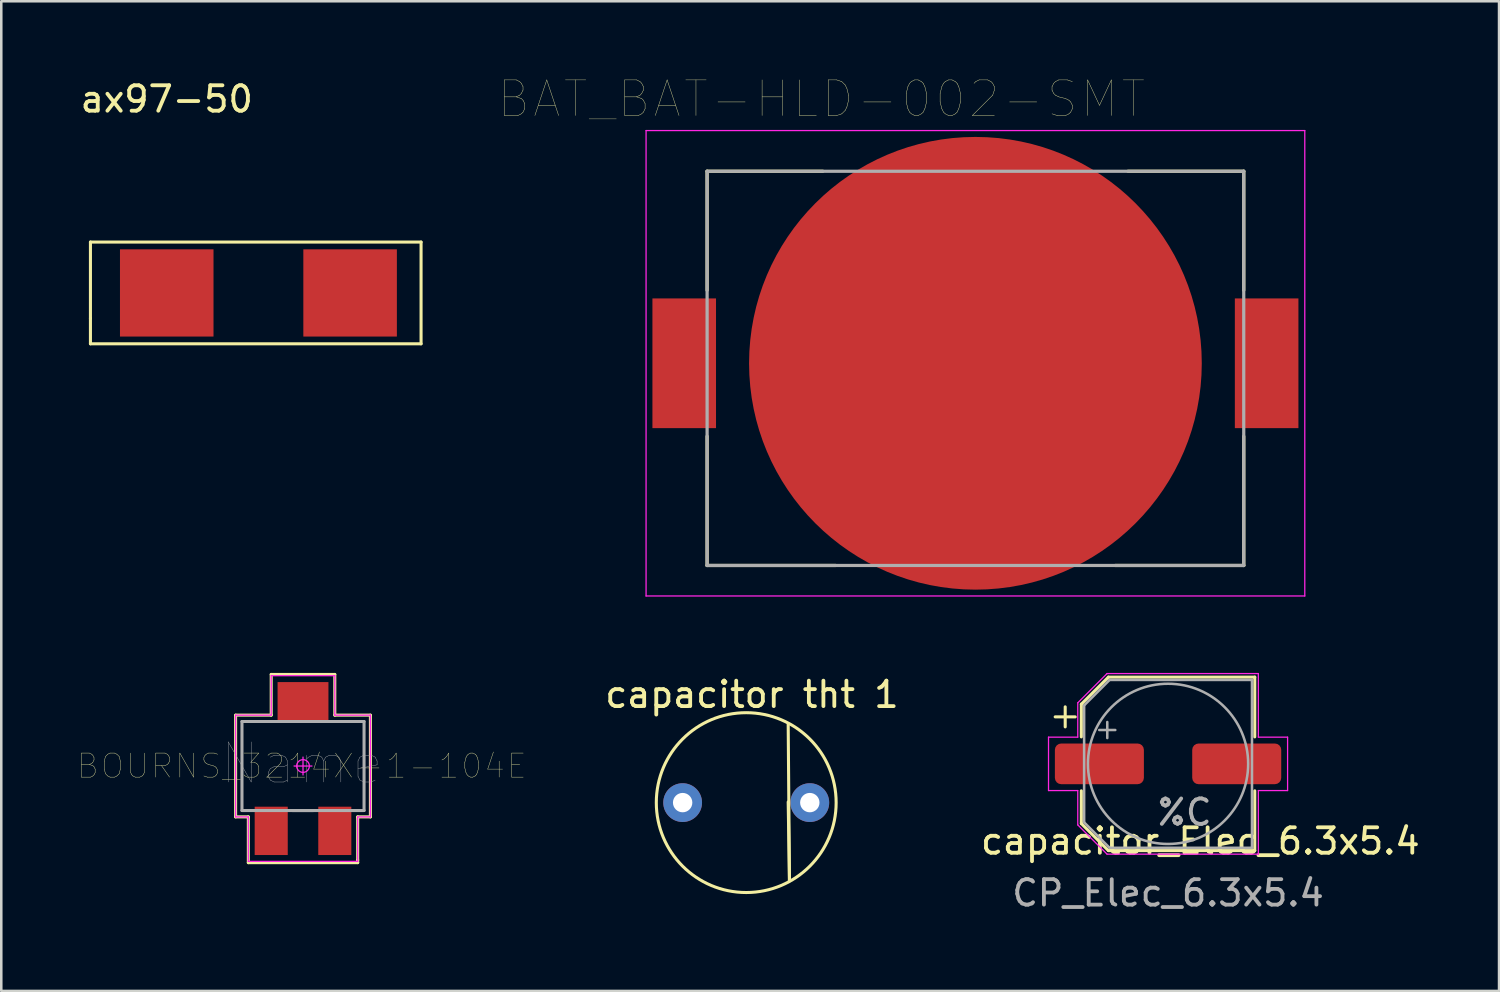
<source format=kicad_pcb>
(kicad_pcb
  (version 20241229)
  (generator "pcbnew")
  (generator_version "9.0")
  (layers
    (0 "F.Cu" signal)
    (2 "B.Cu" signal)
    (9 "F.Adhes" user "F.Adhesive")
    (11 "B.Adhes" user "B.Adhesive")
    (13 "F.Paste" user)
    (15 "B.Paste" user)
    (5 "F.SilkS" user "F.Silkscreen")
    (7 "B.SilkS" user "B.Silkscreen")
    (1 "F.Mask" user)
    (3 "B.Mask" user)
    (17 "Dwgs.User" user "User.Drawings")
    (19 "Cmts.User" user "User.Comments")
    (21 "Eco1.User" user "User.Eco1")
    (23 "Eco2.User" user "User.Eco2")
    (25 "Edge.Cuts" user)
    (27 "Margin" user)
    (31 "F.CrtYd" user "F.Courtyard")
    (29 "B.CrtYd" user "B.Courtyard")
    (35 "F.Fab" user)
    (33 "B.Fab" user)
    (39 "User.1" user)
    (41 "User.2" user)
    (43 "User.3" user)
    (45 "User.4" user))
  (footprint "capacitor_Elec_6.3x5.4"
    (layer "F.Cu")
    (at 42.877 26.984)
    (property "Reference" "capacitor_Elec_6.3x5.4" (at 1.27 3.04 0) (layer "F.SilkS") (effects (font (size 1 1) (thickness 0.15))))
    (attr through_hole)
    (fp_line (start -4.438 -1.847) (end -3.65 -1.847) (stroke (width 0.12) (type solid)) (layer "F.SilkS"))
    (fp_line (start -4.044 -2.241) (end -4.044 -1.454) (stroke (width 0.12) (type solid)) (layer "F.SilkS"))
    (fp_line (start -3.41 -2.346) (end -3.41 -1.06) (stroke (width 0.12) (type solid)) (layer "F.SilkS"))
    (fp_line (start -3.41 -2.346) (end -2.346 -3.41) (stroke (width 0.12) (type solid)) (layer "F.SilkS"))
    (fp_line (start -3.41 2.346) (end -3.41 1.06) (stroke (width 0.12) (type solid)) (layer "F.SilkS"))
    (fp_line (start -3.41 2.346) (end -2.346 3.41) (stroke (width 0.12) (type solid)) (layer "F.SilkS"))
    (fp_line (start -2.346 -3.41) (end 3.41 -3.41) (stroke (width 0.12) (type solid)) (layer "F.SilkS"))
    (fp_line (start -2.346 3.41) (end 3.41 3.41) (stroke (width 0.12) (type solid)) (layer "F.SilkS"))
    (fp_line (start 3.41 -3.41) (end 3.41 -1.06) (stroke (width 0.12) (type solid)) (layer "F.SilkS"))
    (fp_line (start 3.41 3.41) (end 3.41 1.06) (stroke (width 0.12) (type solid)) (layer "F.SilkS"))
    (fp_line (start -4.7 -1.05) (end -4.7 1.05) (stroke (width 0.05) (type solid)) (layer "F.CrtYd"))
    (fp_line (start -4.7 1.05) (end -3.55 1.05) (stroke (width 0.05) (type solid)) (layer "F.CrtYd"))
    (fp_line (start -3.55 -2.4) (end -3.55 -1.05) (stroke (width 0.05) (type solid)) (layer "F.CrtYd"))
    (fp_line (start -3.55 -2.4) (end -2.4 -3.55) (stroke (width 0.05) (type solid)) (layer "F.CrtYd"))
    (fp_line (start -3.55 -1.05) (end -4.7 -1.05) (stroke (width 0.05) (type solid)) (layer "F.CrtYd"))
    (fp_line (start -3.55 1.05) (end -3.55 2.4) (stroke (width 0.05) (type solid)) (layer "F.CrtYd"))
    (fp_line (start -3.55 2.4) (end -2.4 3.55) (stroke (width 0.05) (type solid)) (layer "F.CrtYd"))
    (fp_line (start -2.4 -3.55) (end 3.55 -3.55) (stroke (width 0.05) (type solid)) (layer "F.CrtYd"))
    (fp_line (start -2.4 3.55) (end 3.55 3.55) (stroke (width 0.05) (type solid)) (layer "F.CrtYd"))
    (fp_line (start 3.55 -3.55) (end 3.55 -1.05) (stroke (width 0.05) (type solid)) (layer "F.CrtYd"))
    (fp_line (start 3.55 -1.05) (end 4.7 -1.05) (stroke (width 0.05) (type solid)) (layer "F.CrtYd"))
    (fp_line (start 3.55 1.05) (end 3.55 3.55) (stroke (width 0.05) (type solid)) (layer "F.CrtYd"))
    (fp_line (start 4.7 -1.05) (end 4.7 1.05) (stroke (width 0.05) (type solid)) (layer "F.CrtYd"))
    (fp_line (start 4.7 1.05) (end 3.55 1.05) (stroke (width 0.05) (type solid)) (layer "F.CrtYd"))
    (fp_line (start -3.3 -2.3) (end -3.3 2.3) (stroke (width 0.1) (type solid)) (layer "F.Fab"))
    (fp_line (start -3.3 -2.3) (end -2.3 -3.3) (stroke (width 0.1) (type solid)) (layer "F.Fab"))
    (fp_line (start -3.3 2.3) (end -2.3 3.3) (stroke (width 0.1) (type solid)) (layer "F.Fab"))
    (fp_line (start -2.705 -1.33) (end -2.075 -1.33) (stroke (width 0.1) (type solid)) (layer "F.Fab"))
    (fp_line (start -2.39 -1.645) (end -2.39 -1.015) (stroke (width 0.1) (type solid)) (layer "F.Fab"))
    (fp_line (start -2.3 -3.3) (end 3.3 -3.3) (stroke (width 0.1) (type solid)) (layer "F.Fab"))
    (fp_line (start -2.3 3.3) (end 3.3 3.3) (stroke (width 0.1) (type solid)) (layer "F.Fab"))
    (fp_line (start 3.3 -3.3) (end 3.3 3.3) (stroke (width 0.1) (type solid)) (layer "F.Fab"))
    (fp_circle (center 0 0) (end 3.15 0) (stroke (width 0.1) (type solid)) (fill no) (layer "F.Fab"))
    (fp_text user "%C" (at 0.635 1.905 0) (layer "F.Fab") (effects (font (size 1 1) (thickness 0.15))))
    (fp_text user "CP_Elec_6.3x5.4" (at 0 5.08 0) (layer "F.Fab") (effects (font (size 1 1) (thickness 0.15))))
    (pad "1" smd roundrect (at -2.7 0) (size 3.5 1.6) (layers "F.Cu" "F.Mask" "F.Paste") (roundrect_rratio 0.156))
    (pad "2" smd roundrect (at 2.7 0) (size 3.5 1.6) (layers "F.Cu" "F.Mask" "F.Paste") (roundrect_rratio 0.156)))
  (footprint "BOURNS_3214X-1-104E"
    (layer "F.Cu")
    (at 8.864 27.069)
    (property "Reference" "BOURNS_3214X-1-104E" (at -0.05 0 0) (layer "F.SilkS") (effects (font (size 0.945 0.945) (thickness 0.015))))
    (fp_line (start -2.65 -2) (end -1.25 -2) (stroke (width 0.12) (type solid)) (layer "F.SilkS"))
    (fp_line (start -2.65 2) (end -2.65 -2) (stroke (width 0.12) (type solid)) (layer "F.SilkS"))
    (fp_line (start -2.15 2) (end -2.65 2) (stroke (width 0.12) (type solid)) (layer "F.SilkS"))
    (fp_line (start -2.15 3.8) (end -2.15 2) (stroke (width 0.12) (type solid)) (layer "F.SilkS"))
    (fp_line (start -1.25 -3.6) (end 1.25 -3.6) (stroke (width 0.12) (type solid)) (layer "F.SilkS"))
    (fp_line (start -1.25 -2) (end -1.25 -3.6) (stroke (width 0.12) (type solid)) (layer "F.SilkS"))
    (fp_line (start 1.25 -3.6) (end 1.25 -2) (stroke (width 0.12) (type solid)) (layer "F.SilkS"))
    (fp_line (start 1.25 -2) (end 2.65 -2) (stroke (width 0.12) (type solid)) (layer "F.SilkS"))
    (fp_line (start 2.15 2) (end 2.15 3.7) (stroke (width 0.12) (type solid)) (layer "F.SilkS"))
    (fp_line (start 2.15 3.7) (end 2.15 3.8) (stroke (width 0.12) (type solid)) (layer "F.SilkS"))
    (fp_line (start 2.15 3.8) (end -2.15 3.8) (stroke (width 0.12) (type solid)) (layer "F.SilkS"))
    (fp_line (start 2.65 -2) (end 2.65 2) (stroke (width 0.12) (type solid)) (layer "F.SilkS"))
    (fp_line (start 2.65 2) (end 2.15 2) (stroke (width 0.12) (type solid)) (layer "F.SilkS"))
    (fp_line (start -2.65 -2) (end -2.65 2) (stroke (width 0.05) (type solid)) (layer "F.CrtYd"))
    (fp_line (start -2.65 2) (end -2.15 2) (stroke (width 0.05) (type solid)) (layer "F.CrtYd"))
    (fp_line (start -2.15 2) (end -2.15 3.75) (stroke (width 0.05) (type solid)) (layer "F.CrtYd"))
    (fp_line (start -2.15 3.75) (end 2.15 3.75) (stroke (width 0.05) (type solid)) (layer "F.CrtYd"))
    (fp_line (start -1.25 -3.55) (end -1.25 -2) (stroke (width 0.05) (type solid)) (layer "F.CrtYd"))
    (fp_line (start -1.25 -2) (end -2.65 -2) (stroke (width 0.05) (type solid)) (layer "F.CrtYd"))
    (fp_line (start 0 -0.35) (end 0 0.35) (stroke (width 0.05) (type solid)) (layer "F.CrtYd"))
    (fp_line (start 0.35 0) (end -0.35 0) (stroke (width 0.05) (type solid)) (layer "F.CrtYd"))
    (fp_line (start 1.25 -3.55) (end -1.25 -3.55) (stroke (width 0.05) (type solid)) (layer "F.CrtYd"))
    (fp_line (start 1.25 -2) (end 1.25 -3.55) (stroke (width 0.05) (type solid)) (layer "F.CrtYd"))
    (fp_line (start 2.15 2) (end 2.65 2) (stroke (width 0.05) (type solid)) (layer "F.CrtYd"))
    (fp_line (start 2.15 3.75) (end 2.15 2) (stroke (width 0.05) (type solid)) (layer "F.CrtYd"))
    (fp_line (start 2.65 -2) (end 1.25 -2) (stroke (width 0.05) (type solid)) (layer "F.CrtYd"))
    (fp_line (start 2.65 2) (end 2.65 -2) (stroke (width 0.05) (type solid)) (layer "F.CrtYd"))
    (fp_circle (center 0 0) (end 0.25 0) (stroke (width 0.05) (type solid)) (fill no) (layer "F.CrtYd"))
    (fp_line (start -2.4 -1.75) (end 2.4 -1.75) (stroke (width 0.12) (type solid)) (layer "F.Fab"))
    (fp_line (start -2.4 1.75) (end -2.4 -1.75) (stroke (width 0.12) (type solid)) (layer "F.Fab"))
    (fp_line (start -2.08 1.75) (end -2.4 1.75) (stroke (width 0.12) (type solid)) (layer "F.Fab"))
    (fp_line (start -0.42 1.75) (end -2.08 1.75) (stroke (width 0.025) (type solid)) (layer "F.Fab"))
    (fp_line (start -0.42 1.75) (end 0.42 1.75) (stroke (width 0.12) (type solid)) (layer "F.Fab"))
    (fp_line (start 2.08 1.75) (end -2.08 1.75) (stroke (width 0.12) (type solid)) (layer "F.Fab"))
    (fp_line (start 2.08 1.75) (end 0.42 1.75) (stroke (width 0.025) (type solid)) (layer "F.Fab"))
    (fp_line (start 2.4 -1.75) (end 2.4 1.75) (stroke (width 0.12) (type solid)) (layer "F.Fab"))
    (fp_line (start 2.4 1.75) (end 2.08 1.75) (stroke (width 0.12) (type solid)) (layer "F.Fab"))
    (fp_text user "Name" (at -0.05 -0.1 0) (layer "F.Fab") (effects (font (size 1.575 1.575) (thickness 0.015))))
    (pad "1" smd rect (at -1.25 2.55) (size 1.3 1.9) (layers "F.Cu" "F.Mask" "F.Paste"))
    (pad "2" smd rect (at 0 -2.55) (size 2 1.5) (layers "F.Cu" "F.Mask" "F.Paste"))
    (pad "3" smd rect (at 1.25 2.55) (size 1.3 1.9) (layers "F.Cu" "F.Mask" "F.Paste")))
  (footprint "BAT_BAT-HLD-002-SMT"
    (layer "F.Cu")
    (at 35.303 11.234)
    (property "Reference" "BAT_BAT-HLD-002-SMT" (at -6.055 -10.389 0) (layer "F.SilkS") (effects (font (size 1.4 1.4) (thickness 0.015))))
    (attr through_hole)
    (fp_line (start -10.55 -7.55) (end -6 -7.55) (stroke (width 0.127) (type solid)) (layer "F.SilkS"))
    (fp_line (start -10.55 -2.87) (end -10.55 -7.55) (stroke (width 0.127) (type solid)) (layer "F.SilkS"))
    (fp_line (start -10.55 2.87) (end -10.55 7.95) (stroke (width 0.127) (type solid)) (layer "F.SilkS"))
    (fp_line (start -10.55 7.95) (end -5.5 7.95) (stroke (width 0.127) (type solid)) (layer "F.SilkS"))
    (fp_line (start 5.5 7.95) (end 10.55 7.95) (stroke (width 0.127) (type solid)) (layer "F.SilkS"))
    (fp_line (start 6 -7.55) (end 10.55 -7.55) (stroke (width 0.127) (type solid)) (layer "F.SilkS"))
    (fp_line (start 10.55 -7.55) (end 10.55 -2.87) (stroke (width 0.127) (type solid)) (layer "F.SilkS"))
    (fp_line (start 10.55 7.95) (end 10.55 2.87) (stroke (width 0.127) (type solid)) (layer "F.SilkS"))
    (fp_line (start -12.95 -9.15) (end 12.95 -9.15) (stroke (width 0.05) (type solid)) (layer "F.CrtYd"))
    (fp_line (start -12.95 9.15) (end -12.95 -9.15) (stroke (width 0.05) (type solid)) (layer "F.CrtYd"))
    (fp_line (start 12.95 -9.15) (end 12.95 9.15) (stroke (width 0.05) (type solid)) (layer "F.CrtYd"))
    (fp_line (start 12.95 9.15) (end -12.95 9.15) (stroke (width 0.05) (type solid)) (layer "F.CrtYd"))
    (fp_line (start -10.55 -7.55) (end 10.55 -7.55) (stroke (width 0.127) (type solid)) (layer "F.Fab"))
    (fp_line (start -10.55 7.95) (end -10.55 -7.55) (stroke (width 0.127) (type solid)) (layer "F.Fab"))
    (fp_line (start 10.55 -7.55) (end 10.55 7.95) (stroke (width 0.127) (type solid)) (layer "F.Fab"))
    (fp_line (start 10.55 7.95) (end -10.55 7.95) (stroke (width 0.127) (type solid)) (layer "F.Fab"))
    (pad "1" smd rect (at -11.45 0) (size 2.5 5.1) (layers "F.Cu" "F.Mask" "F.Paste"))
    (pad "1" smd rect (at 11.45 0) (size 2.5 5.1) (layers "F.Cu" "F.Mask" "F.Paste"))
    (pad "2" smd circle (at 0 0) (size 17.8 17.8) (layers "F.Cu" "F.Mask")))
  (footprint "ax97-50"
    (layer "F.Cu")
    (at 7.006 8.478)
    (property "Reference" "ax97-50" (at -3.5 -7.63 0) (layer "F.SilkS") (effects (font (size 1 1) (thickness 0.15))))
    (fp_line (start -6.5 -2.01) (end 6.5 -2.01) (stroke (width 0.12) (type solid)) (layer "F.SilkS"))
    (fp_line (start -6.5 0.99) (end -6.5 -2.01) (stroke (width 0.12) (type solid)) (layer "F.SilkS"))
    (fp_line (start -6.5 1.99) (end -6.5 0.99) (stroke (width 0.12) (type solid)) (layer "F.SilkS"))
    (fp_line (start 6.5 -2.01) (end 6.5 1.99) (stroke (width 0.12) (type solid)) (layer "F.SilkS"))
    (fp_line (start 6.5 1.99) (end -6.5 1.99) (stroke (width 0.12) (type solid)) (layer "F.SilkS"))
    (pad "1" smd rect (at -3.5 -0.01) (size 3.678 3.43) (layers "F.Cu" "F.Mask" "F.Paste"))
    (pad "2" smd rect (at 3.71 -0.01) (size 3.678 3.43) (layers "F.Cu" "F.Mask" "F.Paste")))
  (footprint "capacitor tht 1"
    (layer "F.Cu")
    (at 23.791 28.508)
    (property "Reference" "capacitor tht 1" (at 2.725 -4.25 0) (layer "F.SilkS") (effects (font (size 1 1) (thickness 0.15))))
    (attr through_hole)
    (fp_line (start 4.15 -0.025) (end 4.2 3.075) (stroke (width 0.12) (type solid)) (layer "F.SilkS"))
    (fp_line (start 4.2 3.075) (end 4.15 -3.075) (stroke (width 0.12) (type solid)) (layer "F.SilkS"))
    (fp_circle (center 2.5 0) (end 5 2.5) (stroke (width 0.12) (type solid)) (fill no) (layer "F.SilkS"))
    (pad "1" thru_hole circle (at 0 0) (size 1.524 1.524) (drill 0.762) (layers "*.Cu" "*.Mask"))
    (pad "2" thru_hole circle (at 5 0) (size 1.524 1.524) (drill 0.762) (layers "*.Cu" "*.Mask")))
  (gr_rect
    (start -3 -3)
    (end 55.891 35.913)
    (stroke (width 0.1) (type default))
    (fill no)
    (layer "Edge.Cuts")))
</source>
